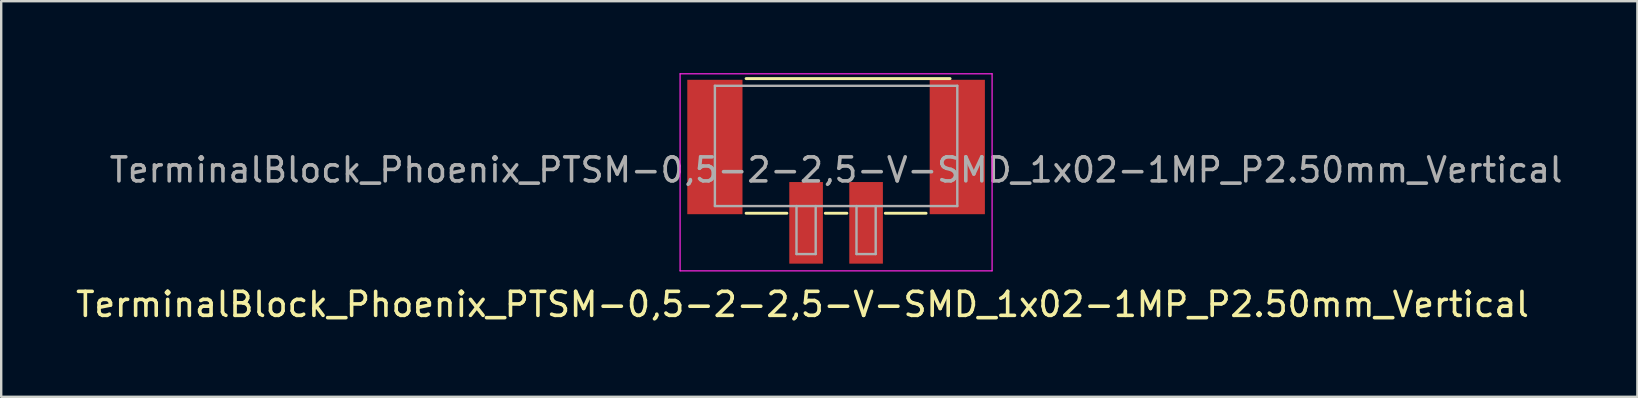
<source format=kicad_pcb>
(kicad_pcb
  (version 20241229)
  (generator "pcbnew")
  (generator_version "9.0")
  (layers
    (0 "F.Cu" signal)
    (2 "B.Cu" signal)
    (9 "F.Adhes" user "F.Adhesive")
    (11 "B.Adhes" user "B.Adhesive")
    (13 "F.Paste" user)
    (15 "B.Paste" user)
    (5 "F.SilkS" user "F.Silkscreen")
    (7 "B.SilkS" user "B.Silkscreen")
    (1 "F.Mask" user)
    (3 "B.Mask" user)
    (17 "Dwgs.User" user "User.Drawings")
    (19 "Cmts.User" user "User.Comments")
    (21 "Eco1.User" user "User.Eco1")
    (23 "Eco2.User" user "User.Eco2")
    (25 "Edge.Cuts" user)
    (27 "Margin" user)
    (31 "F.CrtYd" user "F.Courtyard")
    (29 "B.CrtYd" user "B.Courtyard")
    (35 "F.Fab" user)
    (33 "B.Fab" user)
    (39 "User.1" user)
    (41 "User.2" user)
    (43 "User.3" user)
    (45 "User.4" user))
  (footprint "TerminalBlock_Phoenix_PTSM-0,5-2-2,5-V-SMD_1x02-1MP_P2.50mm_Vertical"
    (layer "F.Cu")
    (at 31.787 4.105)
    (property "Reference" "TerminalBlock_Phoenix_PTSM-0,5-2-2,5-V-SMD_1x02-1MP_P2.50mm_Vertical" (at -1.4 5.53 0) (layer "F.SilkS") (effects (font (size 1 1) (thickness 0.15))))
    (attr smd)
    (fp_line (start -3.75 -3.88) (end 4.75 -3.88) (stroke (width 0.12) (type solid)) (layer "F.SilkS"))
    (fp_line (start -2.05 1.73) (end -3.75 1.73) (stroke (width 0.12) (type solid)) (layer "F.SilkS"))
    (fp_line (start 0.45 1.73) (end -0.45 1.73) (stroke (width 0.12) (type solid)) (layer "F.SilkS"))
    (fp_line (start 3.75 1.73) (end 2.05 1.73) (stroke (width 0.12) (type solid)) (layer "F.SilkS"))
    (fp_line (start -6.5 -4.08) (end 6.5 -4.08) (stroke (width 0.05) (type solid)) (layer "F.CrtYd"))
    (fp_line (start -6.5 4.13) (end -6.5 -4.08) (stroke (width 0.05) (type solid)) (layer "F.CrtYd"))
    (fp_line (start 6.5 -4.08) (end 6.5 4.13) (stroke (width 0.05) (type solid)) (layer "F.CrtYd"))
    (fp_line (start 6.5 4.13) (end -6.5 4.13) (stroke (width 0.05) (type solid)) (layer "F.CrtYd"))
    (fp_line (start -5.05 -3.58) (end 5.05 -3.58) (stroke (width 0.1) (type solid)) (layer "F.Fab"))
    (fp_line (start -5.05 1.43) (end -5.05 -3.58) (stroke (width 0.1) (type solid)) (layer "F.Fab"))
    (fp_line (start -1.65 1.43) (end -1.65 3.43) (stroke (width 0.1) (type solid)) (layer "F.Fab"))
    (fp_line (start -1.65 3.43) (end -0.85 3.43) (stroke (width 0.1) (type solid)) (layer "F.Fab"))
    (fp_line (start -0.85 1.43) (end -0.85 3.43) (stroke (width 0.1) (type solid)) (layer "F.Fab"))
    (fp_line (start 0.85 1.43) (end 0.85 3.43) (stroke (width 0.1) (type solid)) (layer "F.Fab"))
    (fp_line (start 0.85 3.43) (end 1.65 3.43) (stroke (width 0.1) (type solid)) (layer "F.Fab"))
    (fp_line (start 1.65 1.43) (end 1.65 3.43) (stroke (width 0.1) (type solid)) (layer "F.Fab"))
    (fp_line (start 5.05 1.43) (end -5.05 1.43) (stroke (width 0.1) (type solid)) (layer "F.Fab"))
    (fp_line (start 5.05 1.43) (end 5.05 -3.58) (stroke (width 0.1) (type solid)) (layer "F.Fab"))
    (fp_text user "${REFERENCE}" (at 0 -0.075 0) (layer "F.Fab") (effects (font (size 1 1) (thickness 0.15))))
    (pad "1" smd rect (at -1.25 2.13 180) (size 1.4 3.4) (layers "F.Cu" "F.Mask" "F.Paste"))
    (pad "2" smd rect (at 1.25 2.13 180) (size 1.4 3.4) (layers "F.Cu" "F.Mask" "F.Paste"))
    (pad "MP" smd rect (at -5.05 -1.03 180) (size 2.3 5.6) (layers "F.Cu" "F.Mask" "F.Paste"))
    (pad "MP" smd rect (at 5.05 -1.03 180) (size 2.3 5.6) (layers "F.Cu" "F.Mask" "F.Paste")))
  (gr_rect
    (start -3 -3)
    (end 65.174 13.483)
    (stroke (width 0.1) (type default))
    (fill no)
    (layer "Edge.Cuts")))
</source>
